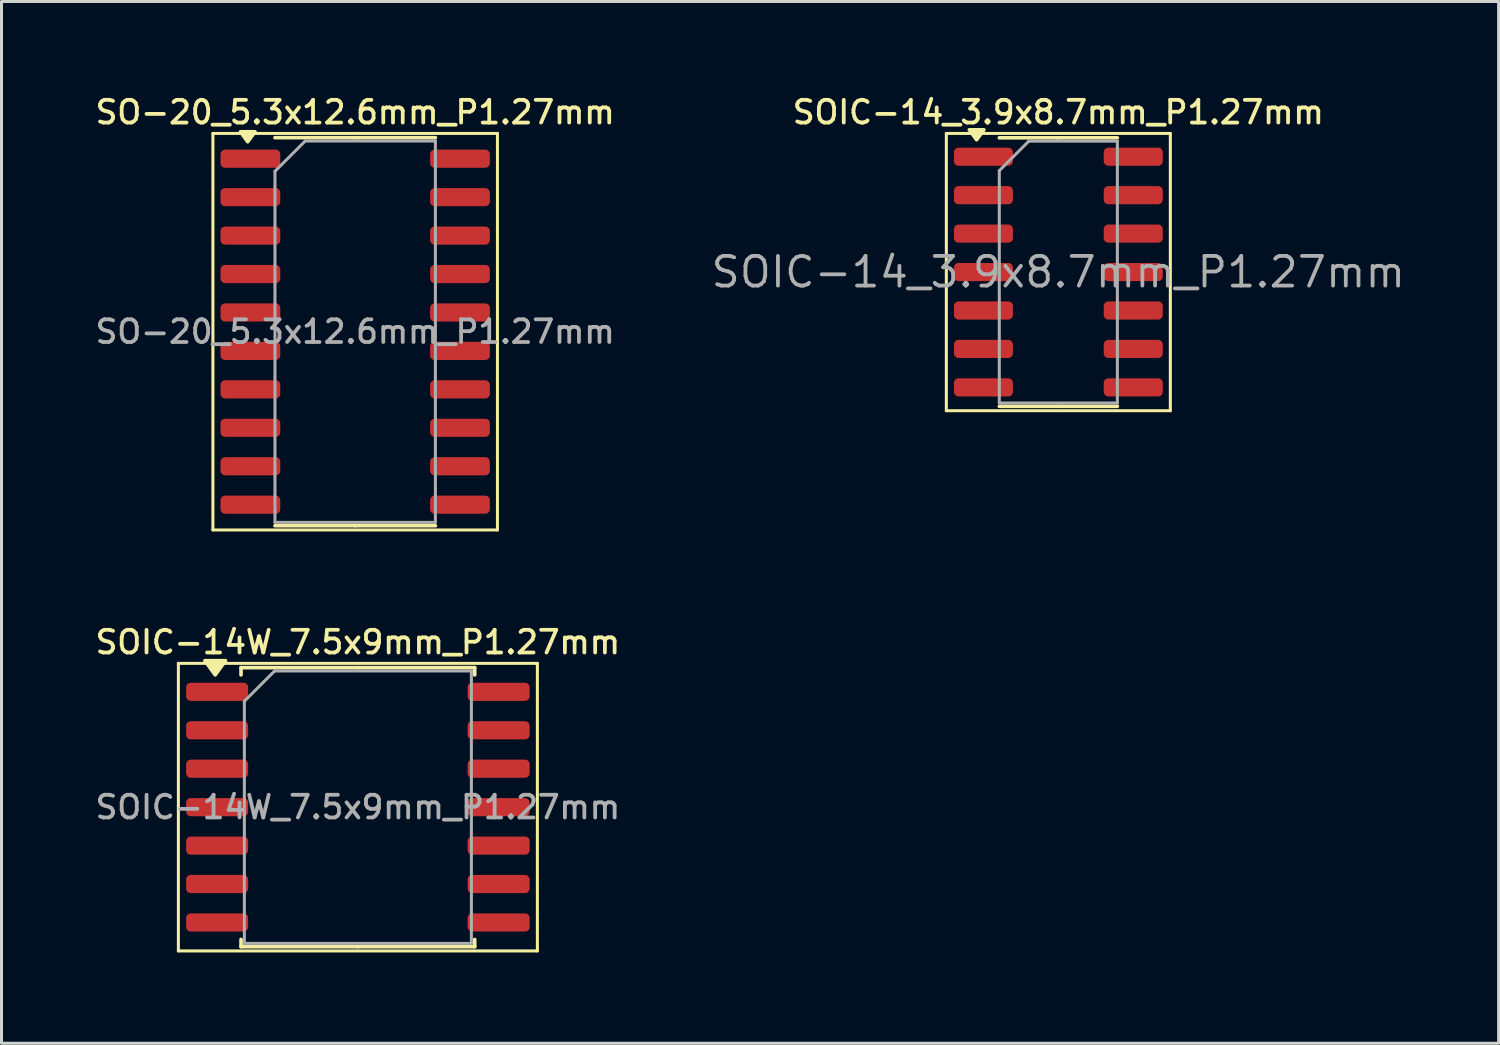
<source format=kicad_pcb>
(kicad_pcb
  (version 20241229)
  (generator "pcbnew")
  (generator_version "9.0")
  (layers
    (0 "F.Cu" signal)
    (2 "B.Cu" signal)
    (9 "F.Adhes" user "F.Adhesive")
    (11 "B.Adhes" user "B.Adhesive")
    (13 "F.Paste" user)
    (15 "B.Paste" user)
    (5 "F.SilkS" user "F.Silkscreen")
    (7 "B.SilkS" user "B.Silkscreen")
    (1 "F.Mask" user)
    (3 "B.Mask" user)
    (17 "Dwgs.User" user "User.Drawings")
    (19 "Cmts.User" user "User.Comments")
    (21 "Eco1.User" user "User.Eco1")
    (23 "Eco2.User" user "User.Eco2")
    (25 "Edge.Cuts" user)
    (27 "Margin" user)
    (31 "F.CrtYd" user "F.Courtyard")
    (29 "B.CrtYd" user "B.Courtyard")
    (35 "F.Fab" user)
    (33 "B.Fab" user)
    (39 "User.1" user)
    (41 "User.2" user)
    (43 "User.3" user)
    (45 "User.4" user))
  (footprint "SOIC-14_3.9x8.7mm_P1.27mm"
    (layer "F.Cu")
    (at 31.914 5.938)
    (property "Reference" "SOIC-14_3.9x8.7mm_P1.27mm" (at 0 -5.28 0) (layer "F.SilkS") (effects (font (size 0.75 0.75) (thickness 0.125))))
    (attr smd)
    (fp_line (start -3.7 -4.58) (end -3.7 4.58) (stroke (width 0.1) (type solid)) (layer "F.SilkS"))
    (fp_line (start -3.7 4.58) (end 3.7 4.58) (stroke (width 0.1) (type solid)) (layer "F.SilkS"))
    (fp_line (start 0 -4.435) (end -1.95 -4.435) (stroke (width 0.12) (type solid)) (layer "F.SilkS"))
    (fp_line (start 0 -4.435) (end 1.95 -4.435) (stroke (width 0.12) (type solid)) (layer "F.SilkS"))
    (fp_line (start 0 4.435) (end -1.95 4.435) (stroke (width 0.12) (type solid)) (layer "F.SilkS"))
    (fp_line (start 0 4.435) (end 1.95 4.435) (stroke (width 0.12) (type solid)) (layer "F.SilkS"))
    (fp_line (start 3.7 -4.58) (end -3.7 -4.58) (stroke (width 0.1) (type solid)) (layer "F.SilkS"))
    (fp_line (start 3.7 4.58) (end 3.7 -4.58) (stroke (width 0.1) (type solid)) (layer "F.SilkS"))
    (fp_poly (pts (xy -2.7 -4.37) (xy -2.94 -4.7) (xy -2.46 -4.7) (xy -2.7 -4.37)) (stroke (width 0.12) (type solid)) (fill yes) (layer "F.SilkS"))
    (fp_line (start -1.95 -3.35) (end -0.975 -4.325) (stroke (width 0.1) (type solid)) (layer "F.Fab"))
    (fp_line (start -1.95 4.325) (end -1.95 -3.35) (stroke (width 0.1) (type solid)) (layer "F.Fab"))
    (fp_line (start -0.975 -4.325) (end 1.95 -4.325) (stroke (width 0.1) (type solid)) (layer "F.Fab"))
    (fp_line (start 1.95 -4.325) (end 1.95 4.325) (stroke (width 0.1) (type solid)) (layer "F.Fab"))
    (fp_line (start 1.95 4.325) (end -1.95 4.325) (stroke (width 0.1) (type solid)) (layer "F.Fab"))
    (fp_text user "${REFERENCE}" (at 0 0 0) (layer "F.Fab") (effects (font (size 0.98 0.98) (thickness 0.125))))
    (pad "1" smd roundrect (at -2.475 -3.81) (size 1.95 0.6) (layers "F.Cu" "F.Mask" "F.Paste") (roundrect_rratio 0.25))
    (pad "2" smd roundrect (at -2.475 -2.54) (size 1.95 0.6) (layers "F.Cu" "F.Mask" "F.Paste") (roundrect_rratio 0.25))
    (pad "3" smd roundrect (at -2.475 -1.27) (size 1.95 0.6) (layers "F.Cu" "F.Mask" "F.Paste") (roundrect_rratio 0.25))
    (pad "4" smd roundrect (at -2.475 0) (size 1.95 0.6) (layers "F.Cu" "F.Mask" "F.Paste") (roundrect_rratio 0.25))
    (pad "5" smd roundrect (at -2.475 1.27) (size 1.95 0.6) (layers "F.Cu" "F.Mask" "F.Paste") (roundrect_rratio 0.25))
    (pad "6" smd roundrect (at -2.475 2.54) (size 1.95 0.6) (layers "F.Cu" "F.Mask" "F.Paste") (roundrect_rratio 0.25))
    (pad "7" smd roundrect (at -2.475 3.81) (size 1.95 0.6) (layers "F.Cu" "F.Mask" "F.Paste") (roundrect_rratio 0.25))
    (pad "8" smd roundrect (at 2.475 3.81) (size 1.95 0.6) (layers "F.Cu" "F.Mask" "F.Paste") (roundrect_rratio 0.25))
    (pad "9" smd roundrect (at 2.475 2.54) (size 1.95 0.6) (layers "F.Cu" "F.Mask" "F.Paste") (roundrect_rratio 0.25))
    (pad "10" smd roundrect (at 2.475 1.27) (size 1.95 0.6) (layers "F.Cu" "F.Mask" "F.Paste") (roundrect_rratio 0.25))
    (pad "11" smd roundrect (at 2.475 0) (size 1.95 0.6) (layers "F.Cu" "F.Mask" "F.Paste") (roundrect_rratio 0.25))
    (pad "12" smd roundrect (at 2.475 -1.27) (size 1.95 0.6) (layers "F.Cu" "F.Mask" "F.Paste") (roundrect_rratio 0.25))
    (pad "13" smd roundrect (at 2.475 -2.54) (size 1.95 0.6) (layers "F.Cu" "F.Mask" "F.Paste") (roundrect_rratio 0.25))
    (pad "14" smd roundrect (at 2.475 -3.81) (size 1.95 0.6) (layers "F.Cu" "F.Mask" "F.Paste") (roundrect_rratio 0.25)))
  (footprint "SO-20_5.3x12.6mm_P1.27mm"
    (layer "F.Cu")
    (at 8.684 7.908)
    (property "Reference" "SO-20_5.3x12.6mm_P1.27mm" (at 0 -7.25 0) (layer "F.SilkS") (effects (font (size 0.75 0.75) (thickness 0.125))))
    (attr smd)
    (fp_line (start -4.7 -6.55) (end -4.7 6.55) (stroke (width 0.1) (type solid)) (layer "F.SilkS"))
    (fp_line (start -4.7 6.55) (end 4.7 6.55) (stroke (width 0.1) (type solid)) (layer "F.SilkS"))
    (fp_line (start 0 -6.41) (end -2.65 -6.41) (stroke (width 0.12) (type solid)) (layer "F.SilkS"))
    (fp_line (start 0 -6.41) (end 2.65 -6.41) (stroke (width 0.12) (type solid)) (layer "F.SilkS"))
    (fp_line (start 0 6.41) (end -2.65 6.41) (stroke (width 0.12) (type solid)) (layer "F.SilkS"))
    (fp_line (start 0 6.41) (end 2.65 6.41) (stroke (width 0.12) (type solid)) (layer "F.SilkS"))
    (fp_line (start 4.7 -6.55) (end -4.7 -6.55) (stroke (width 0.1) (type solid)) (layer "F.SilkS"))
    (fp_line (start 4.7 6.55) (end 4.7 -6.55) (stroke (width 0.1) (type solid)) (layer "F.SilkS"))
    (fp_poly (pts (xy -3.55 -6.275) (xy -3.79 -6.605) (xy -3.31 -6.605) (xy -3.55 -6.275)) (stroke (width 0.12) (type solid)) (fill yes) (layer "F.SilkS"))
    (fp_line (start -2.65 -5.3) (end -1.65 -6.3) (stroke (width 0.1) (type solid)) (layer "F.Fab"))
    (fp_line (start -2.65 6.3) (end -2.65 -5.3) (stroke (width 0.1) (type solid)) (layer "F.Fab"))
    (fp_line (start -1.65 -6.3) (end 2.65 -6.3) (stroke (width 0.1) (type solid)) (layer "F.Fab"))
    (fp_line (start 2.65 -6.3) (end 2.65 6.3) (stroke (width 0.1) (type solid)) (layer "F.Fab"))
    (fp_line (start 2.65 6.3) (end -2.65 6.3) (stroke (width 0.1) (type solid)) (layer "F.Fab"))
    (fp_text user "${REFERENCE}" (at 0 0 0) (layer "F.Fab") (effects (font (size 0.75 0.75) (thickness 0.125))))
    (pad "1" smd roundrect (at -3.462 -5.715) (size 1.975 0.6) (layers "F.Cu" "F.Mask" "F.Paste") (roundrect_rratio 0.25))
    (pad "2" smd roundrect (at -3.462 -4.445) (size 1.975 0.6) (layers "F.Cu" "F.Mask" "F.Paste") (roundrect_rratio 0.25))
    (pad "3" smd roundrect (at -3.462 -3.175) (size 1.975 0.6) (layers "F.Cu" "F.Mask" "F.Paste") (roundrect_rratio 0.25))
    (pad "4" smd roundrect (at -3.462 -1.905) (size 1.975 0.6) (layers "F.Cu" "F.Mask" "F.Paste") (roundrect_rratio 0.25))
    (pad "5" smd roundrect (at -3.462 -0.635) (size 1.975 0.6) (layers "F.Cu" "F.Mask" "F.Paste") (roundrect_rratio 0.25))
    (pad "6" smd roundrect (at -3.462 0.635) (size 1.975 0.6) (layers "F.Cu" "F.Mask" "F.Paste") (roundrect_rratio 0.25))
    (pad "7" smd roundrect (at -3.462 1.905) (size 1.975 0.6) (layers "F.Cu" "F.Mask" "F.Paste") (roundrect_rratio 0.25))
    (pad "8" smd roundrect (at -3.462 3.175) (size 1.975 0.6) (layers "F.Cu" "F.Mask" "F.Paste") (roundrect_rratio 0.25))
    (pad "9" smd roundrect (at -3.462 4.445) (size 1.975 0.6) (layers "F.Cu" "F.Mask" "F.Paste") (roundrect_rratio 0.25))
    (pad "10" smd roundrect (at -3.462 5.715) (size 1.975 0.6) (layers "F.Cu" "F.Mask" "F.Paste") (roundrect_rratio 0.25))
    (pad "11" smd roundrect (at 3.462 5.715) (size 1.975 0.6) (layers "F.Cu" "F.Mask" "F.Paste") (roundrect_rratio 0.25))
    (pad "12" smd roundrect (at 3.462 4.445) (size 1.975 0.6) (layers "F.Cu" "F.Mask" "F.Paste") (roundrect_rratio 0.25))
    (pad "13" smd roundrect (at 3.462 3.175) (size 1.975 0.6) (layers "F.Cu" "F.Mask" "F.Paste") (roundrect_rratio 0.25))
    (pad "14" smd roundrect (at 3.462 1.905) (size 1.975 0.6) (layers "F.Cu" "F.Mask" "F.Paste") (roundrect_rratio 0.25))
    (pad "15" smd roundrect (at 3.462 0.635) (size 1.975 0.6) (layers "F.Cu" "F.Mask" "F.Paste") (roundrect_rratio 0.25))
    (pad "16" smd roundrect (at 3.462 -0.635) (size 1.975 0.6) (layers "F.Cu" "F.Mask" "F.Paste") (roundrect_rratio 0.25))
    (pad "17" smd roundrect (at 3.462 -1.905) (size 1.975 0.6) (layers "F.Cu" "F.Mask" "F.Paste") (roundrect_rratio 0.25))
    (pad "18" smd roundrect (at 3.462 -3.175) (size 1.975 0.6) (layers "F.Cu" "F.Mask" "F.Paste") (roundrect_rratio 0.25))
    (pad "19" smd roundrect (at 3.462 -4.445) (size 1.975 0.6) (layers "F.Cu" "F.Mask" "F.Paste") (roundrect_rratio 0.25))
    (pad "20" smd roundrect (at 3.462 -5.715) (size 1.975 0.6) (layers "F.Cu" "F.Mask" "F.Paste") (roundrect_rratio 0.25)))
  (footprint "SOIC-14W_7.5x9mm_P1.27mm"
    (layer "F.Cu")
    (at 8.773 23.616)
    (property "Reference" "SOIC-14W_7.5x9mm_P1.27mm" (at 0 -5.45 0) (layer "F.SilkS") (effects (font (size 0.75 0.75) (thickness 0.125))))
    (attr smd)
    (fp_line (start -5.93 -4.75) (end -5.93 4.75) (stroke (width 0.1) (type solid)) (layer "F.SilkS"))
    (fp_line (start -5.93 4.75) (end 5.93 4.75) (stroke (width 0.1) (type solid)) (layer "F.SilkS"))
    (fp_line (start -3.86 -4.61) (end -3.86 -4.37) (stroke (width 0.12) (type solid)) (layer "F.SilkS"))
    (fp_line (start -3.86 4.61) (end -3.86 4.37) (stroke (width 0.12) (type solid)) (layer "F.SilkS"))
    (fp_line (start 0 -4.61) (end -3.86 -4.61) (stroke (width 0.12) (type solid)) (layer "F.SilkS"))
    (fp_line (start 0 -4.61) (end 3.86 -4.61) (stroke (width 0.12) (type solid)) (layer "F.SilkS"))
    (fp_line (start 0 4.61) (end -3.86 4.61) (stroke (width 0.12) (type solid)) (layer "F.SilkS"))
    (fp_line (start 0 4.61) (end 3.86 4.61) (stroke (width 0.12) (type solid)) (layer "F.SilkS"))
    (fp_line (start 3.86 -4.61) (end 3.86 -4.37) (stroke (width 0.12) (type solid)) (layer "F.SilkS"))
    (fp_line (start 3.86 4.61) (end 3.86 4.37) (stroke (width 0.12) (type solid)) (layer "F.SilkS"))
    (fp_line (start 5.93 -4.75) (end -5.93 -4.75) (stroke (width 0.1) (type solid)) (layer "F.SilkS"))
    (fp_line (start 5.93 4.75) (end 5.93 -4.75) (stroke (width 0.1) (type solid)) (layer "F.SilkS"))
    (fp_poly (pts (xy -4.713 -4.37) (xy -5.053 -4.84) (xy -4.372 -4.84) (xy -4.713 -4.37)) (stroke (width 0.12) (type solid)) (fill yes) (layer "F.SilkS"))
    (fp_line (start -3.75 -3.5) (end -2.75 -4.5) (stroke (width 0.1) (type solid)) (layer "F.Fab"))
    (fp_line (start -3.75 4.5) (end -3.75 -3.5) (stroke (width 0.1) (type solid)) (layer "F.Fab"))
    (fp_line (start -2.75 -4.5) (end 3.75 -4.5) (stroke (width 0.1) (type solid)) (layer "F.Fab"))
    (fp_line (start 3.75 -4.5) (end 3.75 4.5) (stroke (width 0.1) (type solid)) (layer "F.Fab"))
    (fp_line (start 3.75 4.5) (end -3.75 4.5) (stroke (width 0.1) (type solid)) (layer "F.Fab"))
    (fp_text user "${REFERENCE}" (at 0 0 0) (layer "F.Fab") (effects (font (size 0.75 0.75) (thickness 0.125))))
    (pad "1" smd roundrect (at -4.65 -3.81) (size 2.05 0.6) (layers "F.Cu" "F.Mask" "F.Paste") (roundrect_rratio 0.25))
    (pad "2" smd roundrect (at -4.65 -2.54) (size 2.05 0.6) (layers "F.Cu" "F.Mask" "F.Paste") (roundrect_rratio 0.25))
    (pad "3" smd roundrect (at -4.65 -1.27) (size 2.05 0.6) (layers "F.Cu" "F.Mask" "F.Paste") (roundrect_rratio 0.25))
    (pad "4" smd roundrect (at -4.65 0) (size 2.05 0.6) (layers "F.Cu" "F.Mask" "F.Paste") (roundrect_rratio 0.25))
    (pad "5" smd roundrect (at -4.65 1.27) (size 2.05 0.6) (layers "F.Cu" "F.Mask" "F.Paste") (roundrect_rratio 0.25))
    (pad "6" smd roundrect (at -4.65 2.54) (size 2.05 0.6) (layers "F.Cu" "F.Mask" "F.Paste") (roundrect_rratio 0.25))
    (pad "7" smd roundrect (at -4.65 3.81) (size 2.05 0.6) (layers "F.Cu" "F.Mask" "F.Paste") (roundrect_rratio 0.25))
    (pad "8" smd roundrect (at 4.65 3.81) (size 2.05 0.6) (layers "F.Cu" "F.Mask" "F.Paste") (roundrect_rratio 0.25))
    (pad "9" smd roundrect (at 4.65 2.54) (size 2.05 0.6) (layers "F.Cu" "F.Mask" "F.Paste") (roundrect_rratio 0.25))
    (pad "10" smd roundrect (at 4.65 1.27) (size 2.05 0.6) (layers "F.Cu" "F.Mask" "F.Paste") (roundrect_rratio 0.25))
    (pad "11" smd roundrect (at 4.65 0) (size 2.05 0.6) (layers "F.Cu" "F.Mask" "F.Paste") (roundrect_rratio 0.25))
    (pad "12" smd roundrect (at 4.65 -1.27) (size 2.05 0.6) (layers "F.Cu" "F.Mask" "F.Paste") (roundrect_rratio 0.25))
    (pad "13" smd roundrect (at 4.65 -2.54) (size 2.05 0.6) (layers "F.Cu" "F.Mask" "F.Paste") (roundrect_rratio 0.25))
    (pad "14" smd roundrect (at 4.65 -3.81) (size 2.05 0.6) (layers "F.Cu" "F.Mask" "F.Paste") (roundrect_rratio 0.25)))
  (gr_rect
    (start -3 -3)
    (end 46.46 31.416)
    (stroke (width 0.1) (type default))
    (fill no)
    (layer "Edge.Cuts")))
</source>
